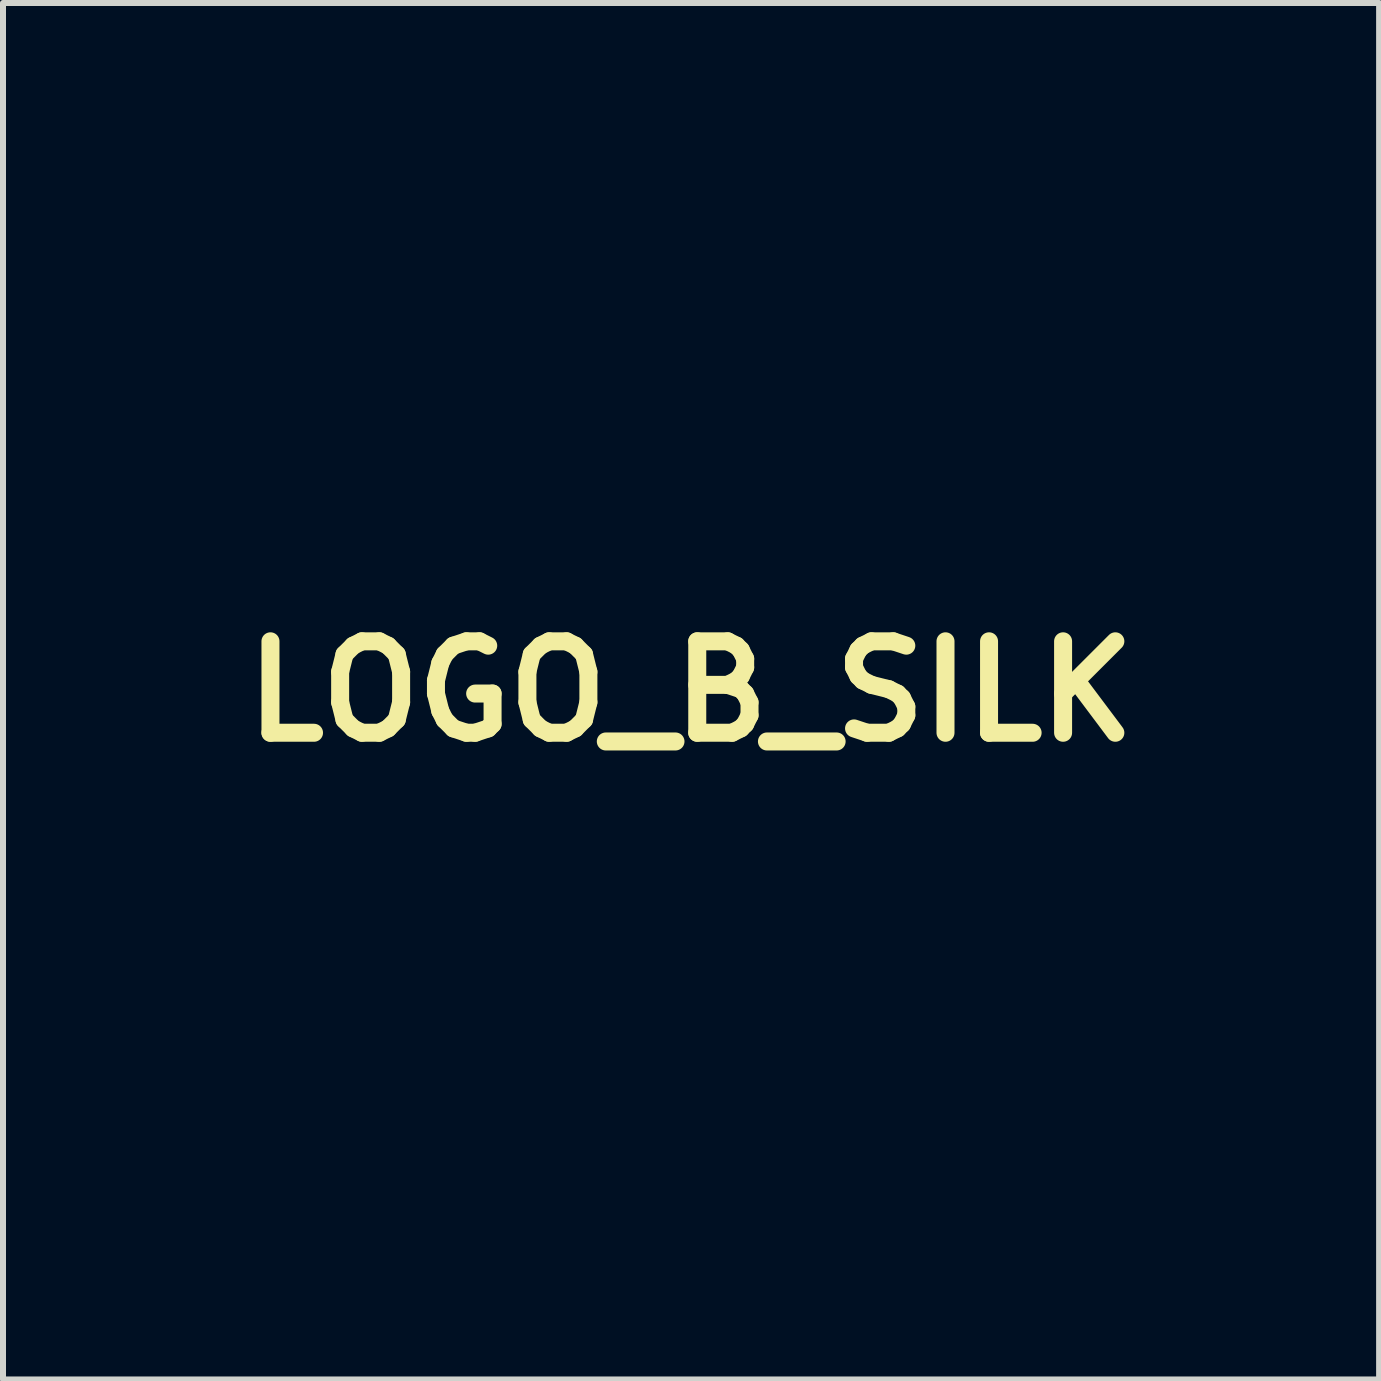
<source format=kicad_pcb>
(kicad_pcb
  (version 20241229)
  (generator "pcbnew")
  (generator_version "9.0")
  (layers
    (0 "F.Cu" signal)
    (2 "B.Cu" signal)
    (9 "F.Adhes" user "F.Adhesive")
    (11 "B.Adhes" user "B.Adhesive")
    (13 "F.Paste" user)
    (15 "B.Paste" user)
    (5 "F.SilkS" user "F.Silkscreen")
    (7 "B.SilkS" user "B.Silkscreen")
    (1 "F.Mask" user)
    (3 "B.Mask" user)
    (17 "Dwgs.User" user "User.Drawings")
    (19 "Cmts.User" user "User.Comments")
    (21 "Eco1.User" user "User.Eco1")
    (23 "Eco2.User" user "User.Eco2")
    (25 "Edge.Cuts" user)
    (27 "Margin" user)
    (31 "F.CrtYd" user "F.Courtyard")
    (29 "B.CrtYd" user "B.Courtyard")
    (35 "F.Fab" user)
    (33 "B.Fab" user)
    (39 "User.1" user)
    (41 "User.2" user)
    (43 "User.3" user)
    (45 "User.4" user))
  (footprint "LOGO_B_SILK"
    (layer "F.Cu")
    (at 8.46 8.471)
    (property "Reference" "LOGO_B_SILK" (at 0 0 0) (layer "F.SilkS") (effects (font (size 1.524 1.524) (thickness 0.3))))
    (attr through_hole)
    (fp_poly (pts (xy -6.646 -4.636) (xy -6.668 -4.614) (xy -6.689 -4.636) (xy -6.668 -4.657) (xy -6.646 -4.636)) (stroke (width 0.01) (type solid)) (fill no) (layer "Eco2.User"))
    (fp_poly (pts (xy -4.614 7.26) (xy -4.636 7.281) (xy -4.657 7.26) (xy -4.636 7.239) (xy -4.614 7.26)) (stroke (width 0.01) (type solid)) (fill no) (layer "Eco2.User"))
    (fp_poly (pts (xy -2.921 -8.107) (xy -2.942 -8.086) (xy -2.963 -8.107) (xy -2.942 -8.128) (xy -2.921 -8.107)) (stroke (width 0.01) (type solid)) (fill no) (layer "Eco2.User"))
    (fp_poly (pts (xy -1.355 -7.641) (xy -1.376 -7.62) (xy -1.397 -7.641) (xy -1.376 -7.662) (xy -1.355 -7.641)) (stroke (width 0.01) (type solid)) (fill no) (layer "Eco2.User"))
    (fp_poly (pts (xy -1.355 7.641) (xy -1.376 7.662) (xy -1.397 7.641) (xy -1.376 7.62) (xy -1.355 7.641)) (stroke (width 0.01) (type solid)) (fill no) (layer "Eco2.User"))
    (fp_poly (pts (xy 3.768 7.768) (xy 3.747 7.789) (xy 3.725 7.768) (xy 3.747 7.747) (xy 3.768 7.768)) (stroke (width 0.01) (type solid)) (fill no) (layer "Eco2.User"))
    (fp_poly (pts (xy 4.318 6.16) (xy 4.297 6.181) (xy 4.276 6.16) (xy 4.297 6.138) (xy 4.318 6.16)) (stroke (width 0.01) (type solid)) (fill no) (layer "Eco2.User"))
    (fp_poly (pts (xy 4.53 -6.498) (xy 4.508 -6.477) (xy 4.487 -6.498) (xy 4.508 -6.519) (xy 4.53 -6.498)) (stroke (width 0.01) (type solid)) (fill no) (layer "Eco2.User"))
    (fp_poly (pts (xy 4.53 6.498) (xy 4.508 6.519) (xy 4.487 6.498) (xy 4.508 6.477) (xy 4.53 6.498)) (stroke (width 0.01) (type solid)) (fill no) (layer "Eco2.User"))
    (fp_poly (pts (xy 4.657 -6.668) (xy 4.636 -6.646) (xy 4.614 -6.668) (xy 4.636 -6.689) (xy 4.657 -6.668)) (stroke (width 0.01) (type solid)) (fill no) (layer "Eco2.User"))
    (fp_poly (pts (xy 6.138 -4.255) (xy 6.117 -4.233) (xy 6.096 -4.255) (xy 6.117 -4.276) (xy 6.138 -4.255)) (stroke (width 0.01) (type solid)) (fill no) (layer "Eco2.User"))
    (fp_poly (pts (xy 6.646 -4.593) (xy 6.625 -4.572) (xy 6.604 -4.593) (xy 6.625 -4.614) (xy 6.646 -4.593)) (stroke (width 0.01) (type solid)) (fill no) (layer "Eco2.User"))
    (fp_poly (pts (xy 6.646 4.593) (xy 6.625 4.614) (xy 6.604 4.593) (xy 6.625 4.572) (xy 6.646 4.593)) (stroke (width 0.01) (type solid)) (fill no) (layer "Eco2.User"))
    (fp_poly (pts (xy 8.453 -1.849) (xy 8.458 -1.798) (xy 8.453 -1.792) (xy 8.427 -1.798) (xy 8.424 -1.82) (xy 8.44 -1.855) (xy 8.453 -1.849)) (stroke (width 0.01) (type solid)) (fill no) (layer "Eco2.User"))
    (fp_poly (pts (xy -6.103 -4.259) (xy -6.057 -4.216) (xy -6.066 -4.191) (xy -6.072 -4.191) (xy -6.108 -4.221) (xy -6.121 -4.24) (xy -6.126 -4.269) (xy -6.103 -4.259)) (stroke (width 0.01) (type solid)) (fill no) (layer "Eco2.User"))
    (fp_poly (pts (xy -5.51 4.631) (xy -5.464 4.674) (xy -5.474 4.699) (xy -5.48 4.699) (xy -5.515 4.669) (xy -5.529 4.65) (xy -5.534 4.621) (xy -5.51 4.631)) (stroke (width 0.01) (type solid)) (fill no) (layer "Eco2.User"))
    (fp_poly (pts (xy 4.65 -5.529) (xy 4.696 -5.486) (xy 4.686 -5.461) (xy 4.68 -5.461) (xy 4.645 -5.491) (xy 4.631 -5.51) (xy 4.626 -5.539) (xy 4.65 -5.529)) (stroke (width 0.01) (type solid)) (fill no) (layer "Eco2.User"))
    (fp_poly (pts (xy -5.474 -4.672) (xy -5.482 -4.657) (xy -5.522 -4.616) (xy -5.529 -4.614) (xy -5.532 -4.642) (xy -5.524 -4.657) (xy -5.485 -4.697) (xy -5.477 -4.699) (xy -5.474 -4.672)) (stroke (width 0.01) (type solid)) (fill no) (layer "Eco2.User"))
    (fp_poly (pts (xy 2.49 -7.689) (xy 2.615 -7.638) (xy 2.782 -7.565) (xy 2.977 -7.479) (xy 3.186 -7.385) (xy 3.393 -7.29) (xy 3.586 -7.2) (xy 3.75 -7.121) (xy 3.87 -7.062) (xy 3.932 -7.027) (xy 3.937 -7.021) (xy 3.915 -6.978) (xy 3.853 -6.876) (xy 3.76 -6.729) (xy 3.643 -6.548) (xy 3.55 -6.406) (xy 3.398 -6.176) (xy 3.242 -5.94) (xy 3.097 -5.719) (xy 2.978 -5.536) (xy 2.94 -5.477) (xy 2.718 -5.134) (xy 3.181 -4.83) (xy 3.731 -4.418) (xy 4.226 -3.945) (xy 4.662 -3.417) (xy 5.034 -2.84) (xy 5.339 -2.22) (xy 5.571 -1.565) (xy 5.677 -1.141) (xy 5.73 -0.808) (xy 5.764 -0.424) (xy 5.777 -0.016) (xy 5.769 0.389) (xy 5.74 0.762) (xy 5.7 1.032) (xy 5.521 1.728) (xy 5.27 2.383) (xy 4.951 2.993) (xy 4.566 3.554) (xy 4.12 4.063) (xy 3.617 4.515) (xy 3.059 4.907) (xy 2.452 5.236) (xy 1.798 5.496) (xy 1.211 5.661) (xy 1.02 5.703) (xy 0.851 5.732) (xy 0.681 5.752) (xy 0.49 5.763) (xy 0.254 5.768) (xy 0 5.769) (xy -0.286 5.768) (xy -0.509 5.762) (xy -0.691 5.751) (xy -0.854 5.731) (xy -1.02 5.701) (xy -1.21 5.658) (xy -1.228 5.654) (xy -1.423 5.608) (xy -1.59 5.57) (xy -1.711 5.543) (xy -1.765 5.532) (xy -1.806 5.563) (xy -1.875 5.651) (xy -1.961 5.778) (xy -2.053 5.925) (xy -2.14 6.075) (xy -2.211 6.209) (xy -2.255 6.308) (xy -2.262 6.354) (xy -2.208 6.38) (xy -2.107 6.392) (xy -2.095 6.392) (xy -1.992 6.402) (xy -1.932 6.426) (xy -1.93 6.429) (xy -1.954 6.465) (xy -2.035 6.545) (xy -2.162 6.656) (xy -2.325 6.792) (xy -2.466 6.905) (xy -2.737 7.119) (xy -2.95 7.285) (xy -3.11 7.409) (xy -3.226 7.497) (xy -3.304 7.553) (xy -3.352 7.583) (xy -3.377 7.592) (xy -3.386 7.586) (xy -3.387 7.578) (xy -3.38 7.524) (xy -3.36 7.4) (xy -3.331 7.219) (xy -3.301 7.04) (xy -3.09 7.04) (xy -3.088 7.076) (xy -3.073 7.09) (xy -3.034 7.075) (xy -2.962 7.025) (xy -2.846 6.933) (xy -2.677 6.796) (xy -2.534 6.673) (xy -2.461 6.59) (xy -2.453 6.541) (xy -2.51 6.521) (xy -2.542 6.519) (xy -2.61 6.504) (xy -2.625 6.484) (xy -2.604 6.442) (xy -2.543 6.334) (xy -2.448 6.169) (xy -2.323 5.955) (xy -2.172 5.698) (xy -1.999 5.407) (xy -1.81 5.089) (xy -1.688 4.886) (xy -1.507 4.583) (xy -1.288 4.218) (xy -1.039 3.801) (xy -0.972 3.69) (xy -0.713 3.69) (xy -0.674 3.697) (xy -0.559 3.703) (xy -0.375 3.709) (xy -0.129 3.714) (xy 0.17 3.718) (xy 0.516 3.722) (xy 0.899 3.724) (xy 1.313 3.725) (xy 1.499 3.725) (xy 3.725 3.725) (xy 3.725 2.54) (xy -0.033 2.54) (xy -0.366 3.097) (xy -0.482 3.293) (xy -0.582 3.463) (xy -0.659 3.594) (xy -0.704 3.674) (xy -0.713 3.69) (xy -0.972 3.69) (xy -0.765 3.343) (xy -0.472 2.853) (xy -0.166 2.343) (xy 0.145 1.822) (xy 0.456 1.302) (xy 0.762 0.792) (xy 0.88 0.593) (xy 1.135 0.593) (xy 2.159 0.593) (xy 2.159 -0.593) (xy 1.996 -0.593) (xy 1.926 -0.59) (xy 1.871 -0.575) (xy 1.82 -0.535) (xy 1.76 -0.458) (xy 1.68 -0.331) (xy 1.578 -0.159) (xy 1.467 0.03) (xy 1.362 0.208) (xy 1.276 0.353) (xy 1.229 0.434) (xy 1.135 0.593) (xy 0.88 0.593) (xy 0.944 0.487) (xy 1.213 0.037) (xy 1.47 -0.394) (xy 1.713 -0.8) (xy 1.937 -1.174) (xy 2.14 -1.512) (xy 2.316 -1.808) (xy 2.465 -2.055) (xy 2.58 -2.248) (xy 2.66 -2.382) (xy 2.701 -2.45) (xy 2.705 -2.455) (xy 2.746 -2.527) (xy 2.739 -2.535) (xy 2.687 -2.495) (xy 2.627 -2.446) (xy 2.512 -2.35) (xy 2.353 -2.215) (xy 2.157 -2.049) (xy 1.935 -1.861) (xy 1.697 -1.658) (xy 1.451 -1.449) (xy 1.207 -1.242) (xy 1.069 -1.124) (xy 0.719 -0.826) (xy 0.967 -0.804) (xy 1.214 -0.783) (xy 0.921 -0.254) (xy 0.8 -0.034) (xy 0.678 0.187) (xy 0.569 0.384) (xy 0.486 0.535) (xy 0.478 0.55) (xy 0.403 0.688) (xy 0.295 0.884) (xy 0.16 1.129) (xy 0.004 1.412) (xy -0.167 1.722) (xy -0.347 2.049) (xy -0.531 2.382) (xy -0.713 2.711) (xy -0.887 3.025) (xy -1.046 3.314) (xy -1.186 3.566) (xy -1.3 3.772) (xy -1.383 3.921) (xy -1.416 3.979) (xy -1.484 4.101) (xy -1.585 4.284) (xy -1.712 4.514) (xy -1.858 4.779) (xy -2.015 5.065) (xy -2.176 5.358) (xy -2.18 5.366) (xy -2.767 6.435) (xy -2.859 6.349) (xy -2.951 6.262) (xy -3.021 6.613) (xy -3.053 6.784) (xy -3.077 6.93) (xy -3.09 7.025) (xy -3.09 7.04) (xy -3.301 7.04) (xy -3.293 6.994) (xy -3.249 6.739) (xy -3.239 6.677) (xy -3.194 6.417) (xy -3.154 6.184) (xy -3.122 5.992) (xy -3.1 5.855) (xy -3.09 5.784) (xy -3.09 5.779) (xy -3.065 5.783) (xy -3.004 5.841) (xy -2.948 5.903) (xy -2.807 6.07) (xy -2.61 5.708) (xy -2.525 5.549) (xy -2.459 5.415) (xy -2.42 5.327) (xy -2.413 5.303) (xy -2.448 5.259) (xy -2.534 5.21) (xy -2.545 5.205) (xy -2.638 5.159) (xy -2.779 5.08) (xy -2.945 4.981) (xy -3.036 4.925) (xy -3.617 4.512) (xy -4.135 4.043) (xy -4.589 3.52) (xy -4.976 2.948) (xy -5.294 2.33) (xy -5.54 1.67) (xy -5.7 1.032) (xy -5.741 0.744) (xy -5.766 0.401) (xy -5.775 0.028) (xy -5.768 -0.347) (xy -5.746 -0.696) (xy -5.707 -0.994) (xy -5.7 -1.032) (xy -5.522 -1.723) (xy -5.273 -2.374) (xy -4.956 -2.981) (xy -4.575 -3.54) (xy -4.415 -3.725) (xy -3.725 -3.725) (xy -3.725 -0.028) (xy -3.725 0.524) (xy -3.724 1.052) (xy -3.723 1.549) (xy -3.721 2.01) (xy -3.718 2.428) (xy -3.715 2.797) (xy -3.712 3.112) (xy -3.709 3.365) (xy -3.705 3.551) (xy -3.701 3.664) (xy -3.697 3.697) (xy -3.649 3.705) (xy -3.527 3.712) (xy -3.345 3.718) (xy -3.112 3.722) (xy -2.842 3.725) (xy -2.599 3.725) (xy -1.53 3.725) (xy -1.258 3.228) (xy -1.152 3.035) (xy -1.058 2.861) (xy -0.984 2.725) (xy -0.939 2.642) (xy -0.936 2.635) (xy -0.886 2.54) (xy -2.404 2.54) (xy -3.022 3.092) (xy -3.212 3.26) (xy -3.378 3.405) (xy -3.511 3.518) (xy -3.601 3.592) (xy -3.64 3.619) (xy -3.641 3.618) (xy -3.622 3.576) (xy -3.568 3.468) (xy -3.484 3.305) (xy -3.376 3.097) (xy -3.248 2.854) (xy -3.161 2.69) (xy -2.912 2.69) (xy -2.882 2.683) (xy -2.814 2.627) (xy -2.805 2.618) (xy -2.743 2.563) (xy -2.629 2.459) (xy -2.469 2.315) (xy -2.275 2.14) (xy -2.054 1.941) (xy -1.817 1.727) (xy -1.778 1.692) (xy -1.545 1.482) (xy -1.333 1.289) (xy -1.15 1.121) (xy -1.005 0.986) (xy -0.904 0.892) (xy -0.857 0.844) (xy -0.854 0.84) (xy -0.886 0.823) (xy -0.983 0.807) (xy -1.124 0.796) (xy -1.141 0.796) (xy -1.442 0.783) (xy -1.298 0.564) (xy -1.016 0.564) (xy -0.976 0.574) (xy -0.867 0.581) (xy -0.703 0.585) (xy -0.499 0.585) (xy -0.413 0.583) (xy 0.189 0.572) (xy 0.495 0.021) (xy 0.602 -0.174) (xy 0.694 -0.343) (xy 0.761 -0.472) (xy 0.798 -0.548) (xy 0.803 -0.561) (xy 0.764 -0.573) (xy 0.656 -0.582) (xy 0.495 -0.589) (xy 0.297 -0.592) (xy 0.265 -0.592) (xy -0.275 -0.591) (xy -0.646 -0.029) (xy -0.772 0.164) (xy -0.879 0.332) (xy -0.96 0.463) (xy -1.008 0.544) (xy -1.016 0.564) (xy -1.298 0.564) (xy -0.788 -0.212) (xy -0.569 -0.545) (xy -0.321 -0.922) (xy -0.06 -1.318) (xy 0.196 -1.707) (xy 0.43 -2.063) (xy 0.522 -2.201) (xy 0.738 -2.53) (xy 0.745 -2.54) (xy 1.006 -2.54) (xy 2.367 -2.54) (xy 3.004 -3.093) (xy 3.197 -3.26) (xy 3.367 -3.404) (xy 3.504 -3.519) (xy 3.598 -3.595) (xy 3.639 -3.624) (xy 3.641 -3.624) (xy 3.62 -3.582) (xy 3.563 -3.481) (xy 3.478 -3.335) (xy 3.374 -3.159) (xy 3.34 -3.103) (xy 3.229 -2.919) (xy 3.133 -2.76) (xy 3.062 -2.642) (xy 3.023 -2.578) (xy 3.02 -2.572) (xy 3.05 -2.558) (xy 3.147 -2.547) (xy 3.292 -2.541) (xy 3.364 -2.54) (xy 3.728 -2.54) (xy 3.704 -3.704) (xy 2.748 -3.716) (xy 1.792 -3.727) (xy 1.475 -3.25) (xy 1.351 -3.063) (xy 1.237 -2.891) (xy 1.145 -2.753) (xy 1.087 -2.665) (xy 1.082 -2.656) (xy 1.006 -2.54) (xy 0.745 -2.54) (xy 0.982 -2.9) (xy 1.236 -3.286) (xy 1.484 -3.663) (xy 1.709 -4.006) (xy 1.802 -4.149) (xy 2.014 -4.472) (xy 2.253 -4.836) (xy 2.502 -5.215) (xy 2.744 -5.583) (xy 2.962 -5.915) (xy 3.029 -6.017) (xy 3.63 -6.932) (xy 3.477 -7.006) (xy 3.373 -7.053) (xy 3.216 -7.123) (xy 3.029 -7.204) (xy 2.89 -7.262) (xy 2.458 -7.444) (xy 2.196 -6.95) (xy 2.08 -6.73) (xy 1.938 -6.465) (xy 1.788 -6.181) (xy 1.643 -5.91) (xy 1.596 -5.821) (xy 1.479 -5.6) (xy 1.332 -5.324) (xy 1.167 -5.013) (xy 0.993 -4.685) (xy 0.82 -4.361) (xy 0.719 -4.17) (xy 0.571 -3.89) (xy 0.43 -3.626) (xy 0.303 -3.388) (xy 0.197 -3.19) (xy 0.119 -3.043) (xy 0.075 -2.963) (xy 0.015 -2.853) (xy -0.072 -2.688) (xy -0.177 -2.492) (xy -0.287 -2.284) (xy -0.297 -2.265) (xy -0.377 -2.112) (xy -0.49 -1.899) (xy -0.631 -1.635) (xy -0.794 -1.328) (xy -0.974 -0.988) (xy -1.168 -0.624) (xy -1.37 -0.244) (xy -1.575 0.142) (xy -1.779 0.524) (xy -1.976 0.895) (xy -2.163 1.245) (xy -2.333 1.564) (xy -2.483 1.845) (xy -2.607 2.077) (xy -2.701 2.252) (xy -2.757 2.357) (xy -2.85 2.533) (xy -2.901 2.642) (xy -2.912 2.69) (xy -3.161 2.69) (xy -3.106 2.585) (xy -3.09 2.556) (xy -2.54 1.52) (xy -2.54 0.593) (xy -2.046 0.593) (xy -1.753 0.035) (xy -1.649 -0.163) (xy -1.56 -0.335) (xy -1.492 -0.467) (xy -1.453 -0.544) (xy -1.446 -0.557) (xy -1.481 -0.57) (xy -1.584 -0.581) (xy -1.743 -0.589) (xy -1.94 -0.593) (xy -1.986 -0.593) (xy -2.54 -0.593) (xy -2.54 -2.54) (xy -0.387 -2.54) (xy -0.087 -3.106) (xy 0.017 -3.305) (xy 0.105 -3.477) (xy 0.171 -3.608) (xy 0.207 -3.685) (xy 0.212 -3.699) (xy 0.171 -3.704) (xy 0.053 -3.709) (xy -0.132 -3.714) (xy -0.377 -3.718) (xy -0.674 -3.721) (xy -1.013 -3.723) (xy -1.388 -3.725) (xy -1.757 -3.725) (xy -3.725 -3.725) (xy -4.415 -3.725) (xy -4.135 -4.047) (xy -3.64 -4.498) (xy -3.093 -4.889) (xy -2.499 -5.216) (xy -1.863 -5.475) (xy -1.188 -5.662) (xy -0.791 -5.734) (xy -0.265 -5.789) (xy 0.239 -5.79) (xy 0.765 -5.738) (xy 0.794 -5.734) (xy 0.98 -5.709) (xy 1.135 -5.696) (xy 1.239 -5.694) (xy 1.273 -5.702) (xy 1.301 -5.747) (xy 1.364 -5.857) (xy 1.454 -6.021) (xy 1.568 -6.23) (xy 1.699 -6.473) (xy 1.836 -6.731) (xy 2.004 -7.042) (xy 2.148 -7.299) (xy 2.265 -7.5) (xy 2.353 -7.637) (xy 2.407 -7.706) (xy 2.421 -7.713) (xy 2.49 -7.689)) (stroke (width 0.01) (type solid)) (fill no) (layer "Eco2.User"))
    (fp_poly (pts (xy 1.838 -8.451) (xy 1.837 -8.417) (xy 1.835 -8.385) (xy 1.877 -8.395) (xy 1.936 -8.399) (xy 1.947 -8.382) (xy 1.978 -8.36) (xy 2.011 -8.367) (xy 2.096 -8.364) (xy 2.135 -8.342) (xy 2.22 -8.304) (xy 2.324 -8.288) (xy 2.407 -8.277) (xy 2.433 -8.254) (xy 2.433 -8.253) (xy 2.449 -8.235) (xy 2.493 -8.242) (xy 2.586 -8.235) (xy 2.677 -8.195) (xy 2.759 -8.156) (xy 2.808 -8.156) (xy 2.834 -8.152) (xy 2.836 -8.133) (xy 2.869 -8.09) (xy 2.889 -8.089) (xy 3.04 -8.082) (xy 3.169 -8.006) (xy 3.172 -8.004) (xy 3.262 -7.952) (xy 3.334 -7.947) (xy 3.378 -7.952) (xy 3.368 -7.921) (xy 3.365 -7.88) (xy 3.393 -7.879) (xy 3.482 -7.876) (xy 3.575 -7.844) (xy 3.634 -7.8) (xy 3.641 -7.782) (xy 3.672 -7.757) (xy 3.706 -7.763) (xy 3.75 -7.766) (xy 3.746 -7.747) (xy 3.759 -7.714) (xy 3.808 -7.705) (xy 3.878 -7.686) (xy 3.895 -7.66) (xy 3.921 -7.635) (xy 3.937 -7.641) (xy 3.976 -7.636) (xy 3.979 -7.62) (xy 4.005 -7.592) (xy 4.022 -7.599) (xy 4.061 -7.594) (xy 4.064 -7.578) (xy 4.088 -7.548) (xy 4.102 -7.554) (xy 4.155 -7.545) (xy 4.191 -7.514) (xy 4.271 -7.46) (xy 4.315 -7.451) (xy 4.397 -7.423) (xy 4.478 -7.366) (xy 4.556 -7.305) (xy 4.61 -7.281) (xy 4.664 -7.249) (xy 4.696 -7.207) (xy 4.73 -7.164) (xy 4.74 -7.173) (xy 4.763 -7.176) (xy 4.808 -7.131) (xy 4.846 -7.09) (xy 4.844 -7.108) (xy 4.836 -7.147) (xy 4.86 -7.138) (xy 4.889 -7.08) (xy 4.883 -7.047) (xy 4.843 -7.005) (xy 4.822 -7.009) (xy 4.789 -6.997) (xy 4.784 -6.966) (xy 4.762 -6.908) (xy 4.741 -6.9) (xy 4.704 -6.876) (xy 4.704 -6.869) (xy 4.704 -6.782) (xy 4.676 -6.746) (xy 4.66 -6.75) (xy 4.618 -6.736) (xy 4.593 -6.688) (xy 4.545 -6.597) (xy 4.468 -6.496) (xy 4.464 -6.492) (xy 4.398 -6.412) (xy 4.367 -6.36) (xy 4.367 -6.356) (xy 4.363 -6.268) (xy 4.327 -6.242) (xy 4.311 -6.249) (xy 4.279 -6.251) (xy 4.288 -6.209) (xy 4.29 -6.155) (xy 4.266 -6.149) (xy 4.221 -6.12) (xy 4.175 -6.036) (xy 4.166 -6.011) (xy 4.137 -5.913) (xy 4.145 -5.867) (xy 4.194 -5.85) (xy 4.26 -5.815) (xy 4.364 -5.735) (xy 4.486 -5.626) (xy 4.506 -5.606) (xy 4.622 -5.497) (xy 4.718 -5.416) (xy 4.777 -5.378) (xy 4.783 -5.376) (xy 4.816 -5.345) (xy 4.815 -5.325) (xy 4.833 -5.277) (xy 4.849 -5.272) (xy 4.9 -5.242) (xy 4.988 -5.166) (xy 5.098 -5.06) (xy 5.21 -4.944) (xy 5.308 -4.834) (xy 5.375 -4.749) (xy 5.392 -4.719) (xy 5.434 -4.674) (xy 5.461 -4.678) (xy 5.508 -4.667) (xy 5.533 -4.628) (xy 5.59 -4.539) (xy 5.641 -4.487) (xy 5.707 -4.412) (xy 5.729 -4.36) (xy 5.757 -4.299) (xy 5.813 -4.222) (xy 5.879 -4.149) (xy 5.937 -4.1) (xy 5.968 -4.094) (xy 5.969 -4.101) (xy 6.004 -4.151) (xy 6.075 -4.191) (xy 6.153 -4.235) (xy 6.181 -4.273) (xy 6.196 -4.297) (xy 6.223 -4.297) (xy 6.244 -4.276) (xy 6.265 -4.297) (xy 6.244 -4.318) (xy 6.223 -4.297) (xy 6.196 -4.297) (xy 6.214 -4.323) (xy 6.27 -4.363) (xy 6.333 -4.39) (xy 6.338 -4.369) (xy 6.331 -4.354) (xy 6.33 -4.338) (xy 6.368 -4.379) (xy 6.417 -4.427) (xy 6.436 -4.421) (xy 6.454 -4.419) (xy 6.48 -4.456) (xy 6.543 -4.517) (xy 6.583 -4.53) (xy 6.648 -4.563) (xy 6.69 -4.618) (xy 6.708 -4.636) (xy 6.731 -4.636) (xy 6.752 -4.614) (xy 6.773 -4.636) (xy 6.752 -4.657) (xy 6.731 -4.636) (xy 6.708 -4.636) (xy 6.752 -4.68) (xy 6.8 -4.682) (xy 6.842 -4.679) (xy 6.839 -4.696) (xy 6.858 -4.732) (xy 6.937 -4.774) (xy 6.964 -4.784) (xy 7.058 -4.827) (xy 7.087 -4.871) (xy 7.085 -4.878) (xy 7.083 -4.904) (xy 7.106 -4.893) (xy 7.137 -4.842) (xy 7.131 -4.823) (xy 7.136 -4.786) (xy 7.149 -4.784) (xy 7.193 -4.748) (xy 7.221 -4.688) (xy 7.273 -4.591) (xy 7.353 -4.498) (xy 7.416 -4.423) (xy 7.433 -4.367) (xy 7.432 -4.364) (xy 7.439 -4.317) (xy 7.451 -4.311) (xy 7.491 -4.263) (xy 7.514 -4.191) (xy 7.545 -4.106) (xy 7.578 -4.071) (xy 7.602 -4.031) (xy 7.597 -4.018) (xy 7.604 -3.982) (xy 7.62 -3.979) (xy 7.648 -3.954) (xy 7.641 -3.937) (xy 7.645 -3.898) (xy 7.66 -3.895) (xy 7.7 -3.86) (xy 7.705 -3.831) (xy 7.731 -3.775) (xy 7.754 -3.768) (xy 7.783 -3.751) (xy 7.776 -3.74) (xy 7.774 -3.689) (xy 7.795 -3.655) (xy 7.821 -3.608) (xy 7.813 -3.598) (xy 7.814 -3.574) (xy 7.85 -3.531) (xy 7.893 -3.462) (xy 7.89 -3.421) (xy 7.889 -3.362) (xy 7.9 -3.35) (xy 7.962 -3.279) (xy 8.008 -3.183) (xy 8.023 -3.101) (xy 8.017 -3.082) (xy 8.014 -3.055) (xy 8.04 -3.067) (xy 8.078 -3.069) (xy 8.079 -3.017) (xy 8.093 -2.917) (xy 8.123 -2.864) (xy 8.156 -2.809) (xy 8.149 -2.794) (xy 8.148 -2.764) (xy 8.186 -2.691) (xy 8.19 -2.684) (xy 8.236 -2.583) (xy 8.243 -2.5) (xy 8.248 -2.415) (xy 8.286 -2.301) (xy 8.296 -2.278) (xy 8.34 -2.157) (xy 8.355 -2.052) (xy 8.354 -2.039) (xy 8.357 -1.967) (xy 8.376 -1.947) (xy 8.397 -1.912) (xy 8.392 -1.841) (xy 8.39 -1.763) (xy 8.409 -1.736) (xy 8.437 -1.7) (xy 8.445 -1.635) (xy 8.438 -1.576) (xy 8.402 -1.542) (xy 8.319 -1.526) (xy 8.171 -1.52) (xy 8.16 -1.52) (xy 8.097 -1.495) (xy 8.085 -1.468) (xy 8.068 -1.452) (xy 8.043 -1.482) (xy 8.01 -1.518) (xy 8.002 -1.489) (xy 7.971 -1.453) (xy 7.911 -1.462) (xy 7.849 -1.472) (xy 7.853 -1.439) (xy 7.854 -1.438) (xy 7.855 -1.404) (xy 7.789 -1.4) (xy 7.755 -1.405) (xy 7.671 -1.41) (xy 7.642 -1.396) (xy 7.643 -1.394) (xy 7.62 -1.373) (xy 7.538 -1.362) (xy 7.525 -1.362) (xy 7.399 -1.354) (xy 7.283 -1.336) (xy 7.211 -1.313) (xy 7.207 -1.31) (xy 7.162 -1.298) (xy 7.144 -1.296) (xy 7.114 -1.282) (xy 7.1 -1.238) (xy 7.102 -1.149) (xy 7.121 -0.999) (xy 7.134 -0.91) (xy 7.146 -0.773) (xy 7.156 -0.572) (xy 7.161 -0.327) (xy 7.164 -0.057) (xy 7.163 0.217) (xy 7.158 0.475) (xy 7.151 0.697) (xy 7.139 0.863) (xy 7.134 0.91) (xy 7.109 1.092) (xy 7.099 1.205) (xy 7.106 1.267) (xy 7.128 1.292) (xy 7.144 1.296) (xy 7.209 1.309) (xy 7.218 1.312) (xy 7.273 1.324) (xy 7.313 1.329) (xy 7.406 1.351) (xy 7.436 1.366) (xy 7.514 1.379) (xy 7.56 1.369) (xy 7.611 1.361) (xy 7.605 1.387) (xy 7.613 1.415) (xy 7.693 1.415) (xy 7.731 1.409) (xy 7.833 1.401) (xy 7.864 1.419) (xy 7.861 1.426) (xy 7.875 1.455) (xy 7.927 1.46) (xy 8.037 1.475) (xy 8.117 1.504) (xy 8.234 1.538) (xy 8.333 1.541) (xy 8.424 1.555) (xy 8.45 1.619) (xy 8.409 1.726) (xy 8.405 1.732) (xy 8.391 1.771) (xy 8.418 1.761) (xy 8.459 1.765) (xy 8.467 1.799) (xy 8.445 1.844) (xy 8.417 1.837) (xy 8.385 1.835) (xy 8.395 1.877) (xy 8.399 1.936) (xy 8.382 1.947) (xy 8.358 1.978) (xy 8.363 2.002) (xy 8.361 2.073) (xy 8.329 2.184) (xy 8.313 2.225) (xy 8.269 2.36) (xy 8.249 2.485) (xy 8.249 2.509) (xy 8.235 2.607) (xy 8.196 2.65) (xy 8.15 2.705) (xy 8.147 2.743) (xy 8.128 2.832) (xy 8.104 2.866) (xy 8.069 2.949) (xy 8.072 2.999) (xy 8.06 3.089) (xy 8.023 3.147) (xy 7.964 3.238) (xy 7.947 3.299) (xy 7.926 3.354) (xy 7.9 3.356) (xy 7.878 3.364) (xy 7.887 3.403) (xy 7.894 3.452) (xy 7.874 3.45) (xy 7.84 3.463) (xy 7.823 3.533) (xy 7.827 3.609) (xy 7.799 3.639) (xy 7.785 3.641) (xy 7.757 3.672) (xy 7.763 3.706) (xy 7.766 3.75) (xy 7.747 3.746) (xy 7.714 3.759) (xy 7.705 3.808) (xy 7.686 3.878) (xy 7.66 3.895) (xy 7.635 3.921) (xy 7.641 3.937) (xy 7.635 3.976) (xy 7.615 3.979) (xy 7.584 3.995) (xy 7.59 4.006) (xy 7.586 4.052) (xy 7.554 4.094) (xy 7.513 4.158) (xy 7.514 4.19) (xy 7.5 4.232) (xy 7.469 4.25) (xy 7.425 4.292) (xy 7.429 4.318) (xy 7.425 4.357) (xy 7.408 4.36) (xy 7.38 4.386) (xy 7.386 4.402) (xy 7.377 4.456) (xy 7.325 4.517) (xy 7.26 4.6) (xy 7.239 4.667) (xy 7.208 4.745) (xy 7.176 4.768) (xy 7.132 4.807) (xy 7.134 4.828) (xy 7.124 4.876) (xy 7.102 4.893) (xy 7.071 4.903) (xy 7.079 4.89) (xy 7.062 4.856) (xy 6.985 4.802) (xy 6.899 4.758) (xy 6.827 4.72) (xy 7.154 4.72) (xy 7.176 4.741) (xy 7.197 4.72) (xy 7.176 4.699) (xy 7.154 4.72) (xy 6.827 4.72) (xy 6.783 4.697) (xy 6.706 4.642) (xy 6.702 4.636) (xy 6.731 4.636) (xy 6.752 4.657) (xy 6.773 4.636) (xy 6.752 4.614) (xy 6.731 4.636) (xy 6.702 4.636) (xy 6.689 4.615) (xy 6.654 4.568) (xy 6.583 4.53) (xy 6.504 4.485) (xy 6.477 4.444) (xy 6.451 4.417) (xy 6.435 4.424) (xy 6.396 4.419) (xy 6.392 4.403) (xy 6.367 4.375) (xy 6.352 4.381) (xy 6.296 4.372) (xy 6.225 4.32) (xy 6.199 4.297) (xy 6.223 4.297) (xy 6.244 4.318) (xy 6.265 4.297) (xy 6.244 4.276) (xy 6.223 4.297) (xy 6.199 4.297) (xy 6.164 4.265) (xy 6.138 4.256) (xy 6.138 4.256) (xy 6.112 4.248) (xy 6.048 4.195) (xy 6.046 4.193) (xy 5.952 4.126) (xy 5.878 4.109) (xy 5.843 4.145) (xy 5.842 4.155) (xy 5.812 4.217) (xy 5.768 4.264) (xy 5.733 4.298) (xy 5.755 4.292) (xy 5.773 4.3) (xy 5.743 4.362) (xy 5.718 4.398) (xy 5.641 4.493) (xy 5.574 4.553) (xy 5.562 4.559) (xy 5.52 4.594) (xy 5.521 4.609) (xy 5.503 4.65) (xy 5.436 4.724) (xy 5.392 4.763) (xy 5.318 4.828) (xy 5.253 4.887) (xy 5.182 4.956) (xy 5.092 5.048) (xy 4.969 5.177) (xy 4.839 5.313) (xy 4.735 5.42) (xy 4.663 5.489) (xy 4.633 5.511) (xy 4.636 5.503) (xy 4.632 5.494) (xy 4.582 5.537) (xy 4.527 5.591) (xy 4.41 5.7) (xy 4.288 5.795) (xy 4.249 5.819) (xy 4.155 5.894) (xy 4.137 5.969) (xy 4.138 5.975) (xy 4.17 6.04) (xy 4.193 6.054) (xy 4.225 6.09) (xy 4.242 6.149) (xy 4.272 6.219) (xy 4.308 6.234) (xy 4.357 6.257) (xy 4.368 6.342) (xy 4.365 6.361) (xy 4.392 6.391) (xy 4.403 6.392) (xy 4.441 6.426) (xy 4.445 6.454) (xy 4.478 6.525) (xy 4.512 6.553) (xy 4.573 6.604) (xy 4.586 6.629) (xy 4.617 6.659) (xy 4.623 6.657) (xy 4.637 6.68) (xy 4.627 6.717) (xy 4.621 6.765) (xy 4.649 6.757) (xy 4.693 6.76) (xy 4.708 6.829) (xy 4.704 6.869) (xy 4.731 6.899) (xy 4.741 6.9) (xy 4.778 6.935) (xy 4.784 6.966) (xy 4.802 7.012) (xy 4.822 7.009) (xy 4.867 7.02) (xy 4.883 7.047) (xy 4.879 7.118) (xy 4.86 7.138) (xy 4.833 7.141) (xy 4.848 7.108) (xy 4.845 7.096) (xy 4.798 7.138) (xy 4.771 7.165) (xy 4.687 7.241) (xy 4.619 7.28) (xy 4.61 7.281) (xy 4.545 7.312) (xy 4.513 7.345) (xy 4.437 7.403) (xy 4.36 7.43) (xy 4.275 7.46) (xy 4.241 7.493) (xy 4.192 7.528) (xy 4.143 7.535) (xy 4.085 7.553) (xy 4.09 7.585) (xy 4.092 7.617) (xy 4.05 7.607) (xy 3.991 7.604) (xy 3.979 7.624) (xy 3.953 7.648) (xy 3.937 7.641) (xy 3.898 7.645) (xy 3.895 7.66) (xy 3.86 7.698) (xy 3.818 7.705) (xy 3.723 7.733) (xy 3.689 7.758) (xy 3.623 7.806) (xy 3.596 7.816) (xy 3.516 7.826) (xy 3.511 7.826) (xy 3.488 7.858) (xy 3.497 7.881) (xy 3.499 7.913) (xy 3.457 7.904) (xy 3.398 7.902) (xy 3.387 7.925) (xy 3.369 7.952) (xy 3.359 7.945) (xy 3.309 7.948) (xy 3.219 7.988) (xy 3.185 8.008) (xy 3.059 8.067) (xy 2.935 8.094) (xy 2.917 8.095) (xy 2.821 8.105) (xy 2.771 8.131) (xy 2.713 8.164) (xy 2.665 8.17) (xy 2.597 8.186) (xy 2.582 8.208) (xy 2.547 8.247) (xy 2.498 8.267) (xy 2.439 8.272) (xy 2.434 8.255) (xy 2.419 8.236) (xy 2.371 8.243) (xy 2.302 8.277) (xy 2.286 8.305) (xy 2.26 8.326) (xy 2.247 8.32) (xy 2.192 8.325) (xy 2.183 8.335) (xy 2.127 8.361) (xy 2.054 8.363) (xy 1.984 8.366) (xy 1.972 8.387) (xy 1.951 8.406) (xy 1.872 8.404) (xy 1.854 8.402) (xy 1.769 8.392) (xy 1.76 8.401) (xy 1.799 8.424) (xy 1.841 8.451) (xy 1.814 8.456) (xy 1.739 8.446) (xy 1.633 8.428) (xy 1.583 8.401) (xy 1.56 8.338) (xy 1.545 8.255) (xy 1.518 8.144) (xy 1.488 8.07) (xy 1.485 8.066) (xy 1.461 7.992) (xy 1.459 7.927) (xy 1.451 7.853) (xy 1.427 7.832) (xy 1.406 7.796) (xy 1.411 7.708) (xy 1.412 7.703) (xy 1.42 7.616) (xy 1.398 7.598) (xy 1.397 7.599) (xy 1.374 7.591) (xy 1.381 7.558) (xy 1.381 7.471) (xy 1.365 7.44) (xy 1.334 7.354) (xy 1.335 7.313) (xy 1.327 7.239) (xy 1.31 7.217) (xy 1.291 7.164) (xy 1.298 7.132) (xy 1.309 7.101) (xy 1.304 7.082) (xy 1.27 7.075) (xy 1.193 7.081) (xy 1.059 7.098) (xy 0.868 7.124) (xy 0.65 7.147) (xy 0.384 7.161) (xy 0.091 7.169) (xy -0.208 7.168) (xy -0.491 7.161) (xy -0.739 7.146) (xy -0.928 7.124) (xy -0.967 7.117) (xy -1.127 7.095) (xy -1.243 7.101) (xy -1.3 7.134) (xy -1.303 7.154) (xy -1.308 7.205) (xy -1.326 7.307) (xy -1.334 7.345) (xy -1.361 7.471) (xy -1.378 7.547) (xy -1.395 7.604) (xy -1.396 7.609) (xy -1.401 7.672) (xy -1.398 7.758) (xy -1.408 7.842) (xy -1.439 7.874) (xy -1.466 7.9) (xy -1.459 7.918) (xy -1.458 7.986) (xy -1.473 8.013) (xy -1.506 8.094) (xy -1.515 8.17) (xy -1.532 8.325) (xy -1.594 8.415) (xy -1.713 8.454) (xy -1.799 8.459) (xy -1.884 8.461) (xy -1.799 8.421) (xy -1.751 8.394) (xy -1.776 8.39) (xy -1.831 8.397) (xy -1.915 8.398) (xy -1.947 8.381) (xy -1.983 8.356) (xy -2.043 8.348) (xy -2.192 8.332) (xy -2.337 8.275) (xy -2.365 8.259) (xy -2.429 8.232) (xy -2.441 8.245) (xy -2.455 8.268) (xy -2.524 8.264) (xy -2.613 8.23) (xy -2.653 8.189) (xy -2.659 8.184) (xy -2.611 8.184) (xy -2.605 8.21) (xy -2.582 8.213) (xy -2.547 8.197) (xy -2.554 8.184) (xy -2.604 8.179) (xy -2.611 8.184) (xy -2.659 8.184) (xy -2.705 8.151) (xy -2.755 8.15) (xy -2.821 8.148) (xy -2.836 8.13) (xy -2.87 8.086) (xy -2.902 8.07) (xy -2.946 8.066) (xy -2.944 8.082) (xy -2.958 8.104) (xy -3.005 8.098) (xy -3.063 8.066) (xy -3.066 8.039) (xy -3.076 8.018) (xy -3.103 8.025) (xy -3.175 8.015) (xy -3.214 7.984) (xy -3.288 7.943) (xy -3.333 7.947) (xy -3.378 7.951) (xy -3.373 7.928) (xy -3.38 7.877) (xy -3.41 7.858) (xy -3.454 7.855) (xy -3.45 7.874) (xy -3.458 7.898) (xy -3.49 7.89) (xy -3.548 7.847) (xy -3.556 7.825) (xy -3.582 7.804) (xy -3.598 7.811) (xy -3.637 7.805) (xy -3.641 7.787) (xy -3.672 7.757) (xy -3.706 7.763) (xy -3.75 7.766) (xy -3.746 7.747) (xy -3.759 7.714) (xy -3.808 7.705) (xy -3.878 7.687) (xy -3.895 7.662) (xy -3.919 7.625) (xy -3.926 7.625) (xy -4.021 7.627) (xy -4.081 7.605) (xy -4.085 7.578) (xy -4.094 7.541) (xy -4.12 7.535) (xy -4.197 7.505) (xy -4.231 7.474) (xy -4.299 7.433) (xy -4.336 7.434) (xy -4.397 7.419) (xy -4.44 7.387) (xy -4.403 7.387) (xy -4.381 7.408) (xy -4.36 7.387) (xy -4.381 7.366) (xy -4.403 7.387) (xy -4.44 7.387) (xy -4.483 7.356) (xy -4.513 7.326) (xy -4.607 7.244) (xy -4.691 7.2) (xy -4.709 7.197) (xy -4.772 7.176) (xy -4.784 7.152) (xy -4.809 7.126) (xy -4.823 7.131) (xy -4.877 7.125) (xy -4.893 7.106) (xy -4.899 7.076) (xy -4.875 7.087) (xy -4.833 7.083) (xy -4.826 7.051) (xy -4.803 6.993) (xy -4.781 6.985) (xy -4.756 6.959) (xy -4.763 6.942) (xy -4.754 6.894) (xy -4.726 6.875) (xy -4.681 6.826) (xy -4.684 6.794) (xy -4.673 6.752) (xy -4.657 6.752) (xy -4.636 6.773) (xy -4.614 6.752) (xy -4.636 6.731) (xy -4.657 6.752) (xy -4.673 6.752) (xy -4.668 6.733) (xy -4.618 6.69) (xy -4.549 6.631) (xy -4.53 6.583) (xy -4.497 6.515) (xy -4.456 6.48) (xy -4.413 6.446) (xy -4.421 6.436) (xy -4.424 6.413) (xy -4.379 6.368) (xy -4.337 6.329) (xy -4.354 6.331) (xy -4.389 6.339) (xy -4.375 6.294) (xy -4.363 6.27) (xy -4.343 6.244) (xy -4.318 6.244) (xy -4.297 6.265) (xy -4.276 6.244) (xy -4.297 6.223) (xy -4.318 6.244) (xy -4.343 6.244) (xy -4.31 6.201) (xy -4.273 6.181) (xy -4.229 6.146) (xy -4.191 6.075) (xy -4.145 5.996) (xy -4.102 5.969) (xy -4.091 5.947) (xy -4.13 5.894) (xy -4.197 5.828) (xy -4.274 5.768) (xy -4.341 5.732) (xy -4.352 5.73) (xy -4.422 5.693) (xy -4.512 5.613) (xy -4.524 5.6) (xy -4.481 5.6) (xy -4.47 5.624) (xy -4.428 5.669) (xy -4.403 5.66) (xy -4.403 5.654) (xy -4.433 5.618) (xy -4.452 5.605) (xy -4.481 5.6) (xy -4.524 5.6) (xy -4.543 5.58) (xy -4.607 5.51) (xy -4.634 5.49) (xy -4.63 5.503) (xy -4.645 5.498) (xy -4.709 5.44) (xy -4.812 5.339) (xy -4.946 5.203) (xy -5.004 5.143) (xy -5.258 4.879) (xy -5.457 4.67) (xy -5.606 4.511) (xy -5.646 4.466) (xy -5.63 4.466) (xy -5.609 4.487) (xy -5.588 4.466) (xy -5.609 4.445) (xy -5.63 4.466) (xy -5.646 4.466) (xy -5.708 4.398) (xy -5.768 4.325) (xy -5.79 4.288) (xy -5.779 4.281) (xy -5.757 4.291) (xy -5.735 4.296) (xy -5.768 4.264) (xy -5.827 4.196) (xy -5.842 4.155) (xy -5.868 4.111) (xy -5.948 4.122) (xy -6.057 4.172) (xy -6.135 4.226) (xy -6.161 4.272) (xy -6.159 4.277) (xy -6.168 4.298) (xy -6.207 4.289) (xy -6.256 4.282) (xy -6.249 4.311) (xy -6.252 4.355) (xy -6.323 4.37) (xy -6.356 4.367) (xy -6.402 4.391) (xy -6.48 4.453) (xy -6.495 4.467) (xy -6.577 4.538) (xy -6.633 4.579) (xy -6.637 4.581) (xy -6.658 4.622) (xy -6.657 4.623) (xy -6.68 4.637) (xy -6.717 4.627) (xy -6.765 4.621) (xy -6.757 4.649) (xy -6.76 4.693) (xy -6.829 4.708) (xy -6.869 4.704) (xy -6.899 4.731) (xy -6.9 4.741) (xy -6.933 4.781) (xy -6.949 4.784) (xy -7.011 4.814) (xy -7.048 4.854) (xy -7.095 4.898) (xy -7.133 4.869) (xy -7.133 4.868) (xy -7.144 4.832) (xy -7.108 4.844) (xy -7.094 4.844) (xy -7.139 4.802) (xy -7.15 4.793) (xy -7.213 4.723) (xy -7.214 4.72) (xy -7.197 4.72) (xy -7.176 4.741) (xy -7.154 4.72) (xy -7.176 4.699) (xy -7.197 4.72) (xy -7.214 4.72) (xy -7.225 4.669) (xy -7.225 4.668) (xy -7.234 4.613) (xy -7.291 4.532) (xy -7.309 4.514) (xy -7.373 4.443) (xy -7.395 4.405) (xy -7.391 4.403) (xy -7.396 4.377) (xy -7.446 4.313) (xy -7.449 4.31) (xy -7.512 4.218) (xy -7.535 4.141) (xy -7.556 4.076) (xy -7.58 4.064) (xy -7.605 4.038) (xy -7.599 4.022) (xy -7.604 3.983) (xy -7.62 3.979) (xy -7.648 3.954) (xy -7.641 3.937) (xy -7.645 3.898) (xy -7.66 3.895) (xy -7.7 3.86) (xy -7.705 3.831) (xy -7.728 3.775) (xy -7.747 3.768) (xy -7.784 3.744) (xy -7.784 3.736) (xy -7.79 3.672) (xy -7.826 3.49) (xy -7.851 3.446) (xy -7.874 3.45) (xy -7.897 3.443) (xy -7.887 3.403) (xy -7.881 3.354) (xy -7.9 3.356) (xy -7.933 3.339) (xy -7.95 3.272) (xy -7.983 3.169) (xy -8.029 3.112) (xy -8.057 3.069) (xy -8.043 3.069) (xy -8.022 3.09) (xy -8.001 3.069) (xy -8.022 3.048) (xy -8.043 3.069) (xy -8.057 3.069) (xy -8.077 3.038) (xy -8.073 2.992) (xy -8.077 2.907) (xy -8.102 2.868) (xy -8.144 2.783) (xy -8.146 2.74) (xy -8.165 2.651) (xy -8.199 2.602) (xy -8.242 2.526) (xy -8.241 2.48) (xy -8.247 2.405) (xy -8.282 2.333) (xy -8.319 2.267) (xy -8.316 2.244) (xy -8.312 2.218) (xy -8.329 2.191) (xy -8.356 2.109) (xy -8.355 2.04) (xy -8.357 1.974) (xy -8.381 1.968) (xy -8.406 1.952) (xy -8.403 1.866) (xy -8.402 1.854) (xy -8.392 1.771) (xy -8.402 1.765) (xy -8.42 1.799) (xy -8.445 1.837) (xy -8.455 1.806) (xy -8.453 1.713) (xy -8.444 1.605) (xy -8.417 1.559) (xy -8.355 1.556) (xy -8.329 1.559) (xy -8.239 1.556) (xy -8.213 1.524) (xy -8.182 1.492) (xy -8.151 1.496) (xy -8.084 1.498) (xy -8.066 1.484) (xy -8.011 1.46) (xy -7.937 1.458) (xy -7.858 1.453) (xy -7.832 1.428) (xy -7.796 1.406) (xy -7.705 1.412) (xy -7.703 1.412) (xy -7.615 1.421) (xy -7.599 1.398) (xy -7.604 1.389) (xy -7.605 1.358) (xy -7.56 1.369) (xy -7.472 1.378) (xy -7.436 1.366) (xy -7.352 1.335) (xy -7.313 1.329) (xy -7.238 1.318) (xy -7.218 1.312) (xy -7.161 1.298) (xy -7.144 1.296) (xy -7.115 1.284) (xy -7.101 1.248) (xy -7.101 1.171) (xy -7.115 1.038) (xy -7.135 0.889) (xy -7.147 0.747) (xy -7.156 0.544) (xy -7.162 0.299) (xy -7.164 0.031) (xy -7.163 -0.239) (xy -7.159 -0.493) (xy -7.151 -0.712) (xy -7.14 -0.875) (xy -7.133 -0.931) (xy -7.107 -1.108) (xy -7.099 -1.218) (xy -7.11 -1.275) (xy -7.14 -1.295) (xy -7.144 -1.296) (xy -7.209 -1.309) (xy -7.218 -1.312) (xy -7.273 -1.326) (xy -7.313 -1.332) (xy -7.419 -1.357) (xy -7.459 -1.373) (xy -7.546 -1.385) (xy -7.582 -1.373) (xy -7.613 -1.366) (xy -7.604 -1.388) (xy -7.614 -1.416) (xy -7.697 -1.414) (xy -7.731 -1.409) (xy -7.832 -1.399) (xy -7.863 -1.417) (xy -7.856 -1.434) (xy -7.857 -1.468) (xy -7.93 -1.465) (xy -7.931 -1.465) (xy -8.019 -1.46) (xy -8.061 -1.471) (xy -8.12 -1.495) (xy -8.227 -1.517) (xy -8.346 -1.53) (xy -8.382 -1.531) (xy -8.428 -1.562) (xy -8.45 -1.662) (xy -8.453 -1.708) (xy -8.454 -1.81) (xy -8.443 -1.835) (xy -8.421 -1.799) (xy -8.394 -1.751) (xy -8.392 -1.762) (xy -8.2 -1.762) (xy -8.196 -1.748) (xy -8.149 -1.732) (xy -8.033 -1.703) (xy -7.864 -1.666) (xy -7.658 -1.623) (xy -7.547 -1.601) (xy -7.325 -1.557) (xy -7.132 -1.517) (xy -6.982 -1.486) (xy -6.892 -1.466) (xy -6.875 -1.462) (xy -6.854 -1.423) (xy -6.859 -1.322) (xy -6.886 -1.179) (xy -6.925 -0.93) (xy -6.954 -0.622) (xy -6.97 -0.277) (xy -6.974 0.08) (xy -6.965 0.427) (xy -6.943 0.738) (xy -6.93 0.847) (xy -6.903 1.045) (xy -6.879 1.215) (xy -6.861 1.339) (xy -6.851 1.393) (xy -6.866 1.421) (xy -6.929 1.452) (xy -7.05 1.488) (xy -7.236 1.532) (xy -7.497 1.587) (xy -7.505 1.588) (xy -7.732 1.635) (xy -7.929 1.678) (xy -8.081 1.714) (xy -8.174 1.739) (xy -8.196 1.747) (xy -8.197 1.799) (xy -8.175 1.914) (xy -8.135 2.078) (xy -8.08 2.275) (xy -8.017 2.488) (xy -7.948 2.702) (xy -7.878 2.901) (xy -7.851 2.972) (xy -7.746 3.229) (xy -7.618 3.51) (xy -7.479 3.798) (xy -7.337 4.072) (xy -7.202 4.314) (xy -7.085 4.505) (xy -7.041 4.568) (xy -7.003 4.552) (xy -6.908 4.497) (xy -6.77 4.411) (xy -6.601 4.301) (xy -6.551 4.269) (xy -6.365 4.145) (xy -6.194 4.031) (xy -6.057 3.941) (xy -5.97 3.884) (xy -5.962 3.878) (xy -5.849 3.805) (xy -5.713 4.004) (xy -5.406 4.407) (xy -5.04 4.815) (xy -4.638 5.206) (xy -4.222 5.557) (xy -4.011 5.714) (xy -3.903 5.793) (xy -3.83 5.851) (xy -3.81 5.871) (xy -3.832 5.91) (xy -3.894 6.007) (xy -3.987 6.149) (xy -4.105 6.326) (xy -4.194 6.461) (xy -4.322 6.653) (xy -4.43 6.82) (xy -4.511 6.948) (xy -4.557 7.026) (xy -4.565 7.045) (xy -4.292 7.22) (xy -3.957 7.405) (xy -3.578 7.589) (xy -3.177 7.765) (xy -2.771 7.923) (xy -2.382 8.055) (xy -2.208 8.106) (xy -2.01 8.16) (xy -1.878 8.192) (xy -1.797 8.205) (xy -1.754 8.199) (xy -1.733 8.177) (xy -1.725 8.16) (xy -1.711 8.101) (xy -1.684 7.976) (xy -1.648 7.799) (xy -1.605 7.587) (xy -1.584 7.478) (xy -1.463 6.849) (xy -1.292 6.874) (xy -0.795 6.933) (xy -0.297 6.967) (xy 0.182 6.975) (xy 0.625 6.958) (xy 1.014 6.915) (xy 1.179 6.886) (xy 1.341 6.857) (xy 1.433 6.855) (xy 1.464 6.875) (xy 1.478 6.931) (xy 1.505 7.054) (xy 1.542 7.229) (xy 1.586 7.44) (xy 1.609 7.553) (xy 1.654 7.773) (xy 1.694 7.962) (xy 1.727 8.105) (xy 1.748 8.188) (xy 1.753 8.202) (xy 1.802 8.201) (xy 1.916 8.177) (xy 2.077 8.136) (xy 2.27 8.081) (xy 2.48 8.017) (xy 2.689 7.95) (xy 2.882 7.883) (xy 2.963 7.853) (xy 3.225 7.746) (xy 3.511 7.617) (xy 3.802 7.477) (xy 4.057 7.345) (xy 4.445 7.345) (xy 4.466 7.366) (xy 4.487 7.345) (xy 4.466 7.324) (xy 4.445 7.345) (xy 4.057 7.345) (xy 4.079 7.334) (xy 4.322 7.198) (xy 4.359 7.176) (xy 4.699 7.176) (xy 4.72 7.197) (xy 4.741 7.176) (xy 4.72 7.154) (xy 4.699 7.176) (xy 4.359 7.176) (xy 4.513 7.08) (xy 4.568 7.041) (xy 4.552 7.003) (xy 4.497 6.908) (xy 4.411 6.77) (xy 4.301 6.601) (xy 4.269 6.551) (xy 4.145 6.365) (xy 4.032 6.195) (xy 3.942 6.058) (xy 3.885 5.972) (xy 3.88 5.964) (xy 3.808 5.854) (xy 3.969 5.736) (xy 4.276 5.736) (xy 4.297 5.757) (xy 4.318 5.736) (xy 4.297 5.715) (xy 4.276 5.736) (xy 3.969 5.736) (xy 4.059 5.67) (xy 4.413 5.67) (xy 4.419 5.673) (xy 4.457 5.643) (xy 4.466 5.63) (xy 4.477 5.591) (xy 4.471 5.588) (xy 4.433 5.618) (xy 4.424 5.63) (xy 4.413 5.67) (xy 4.059 5.67) (xy 4.095 5.644) (xy 4.681 5.167) (xy 5.212 4.636) (xy 5.335 4.485) (xy 5.598 4.485) (xy 5.604 4.487) (xy 5.643 4.458) (xy 5.652 4.445) (xy 5.662 4.405) (xy 5.656 4.403) (xy 5.618 4.432) (xy 5.609 4.445) (xy 5.598 4.485) (xy 5.335 4.485) (xy 5.675 4.065) (xy 5.714 4.011) (xy 5.793 3.903) (xy 5.85 3.83) (xy 5.871 3.81) (xy 5.91 3.832) (xy 6.007 3.894) (xy 6.149 3.987) (xy 6.326 4.105) (xy 6.462 4.195) (xy 6.687 4.344) (xy 6.852 4.446) (xy 6.966 4.508) (xy 7.036 4.534) (xy 7.072 4.528) (xy 7.076 4.523) (xy 7.188 4.341) (xy 7.32 4.109) (xy 7.456 3.856) (xy 7.58 3.612) (xy 7.678 3.404) (xy 7.685 3.387) (xy 7.798 3.114) (xy 7.823 3.048) (xy 8.001 3.048) (xy 8.016 3.083) (xy 8.029 3.076) (xy 8.034 3.026) (xy 8.029 3.02) (xy 8.004 3.026) (xy 8.001 3.048) (xy 7.823 3.048) (xy 7.902 2.837) (xy 7.991 2.582) (xy 8.17 2.582) (xy 8.186 2.617) (xy 8.199 2.611) (xy 8.204 2.56) (xy 8.199 2.554) (xy 8.173 2.56) (xy 8.17 2.582) (xy 7.991 2.582) (xy 7.996 2.567) (xy 8.075 2.315) (xy 8.136 2.095) (xy 8.175 1.918) (xy 8.188 1.794) (xy 8.173 1.738) (xy 8.173 1.737) (xy 8.118 1.72) (xy 7.995 1.691) (xy 7.82 1.653) (xy 7.609 1.61) (xy 7.493 1.588) (xy 7.274 1.543) (xy 7.087 1.501) (xy 6.948 1.464) (xy 6.87 1.437) (xy 6.858 1.428) (xy 6.863 1.373) (xy 6.878 1.253) (xy 6.899 1.083) (xy 6.925 0.883) (xy 6.926 0.875) (xy 6.958 0.541) (xy 6.973 0.165) (xy 6.971 -0.225) (xy 6.953 -0.604) (xy 6.92 -0.945) (xy 6.885 -1.157) (xy 6.857 -1.326) (xy 6.853 -1.424) (xy 6.874 -1.462) (xy 6.875 -1.462) (xy 6.931 -1.475) (xy 7.055 -1.501) (xy 7.228 -1.536) (xy 7.434 -1.577) (xy 7.493 -1.588) (xy 7.753 -1.638) (xy 7.942 -1.676) (xy 8.07 -1.706) (xy 8.148 -1.732) (xy 8.187 -1.759) (xy 8.199 -1.792) (xy 8.193 -1.835) (xy 8.185 -1.876) (xy 8.129 -2.113) (xy 8.039 -2.405) (xy 7.921 -2.736) (xy 7.783 -3.085) (xy 7.632 -3.437) (xy 7.477 -3.771) (xy 7.324 -4.072) (xy 7.181 -4.319) (xy 7.176 -4.328) (xy 7.088 -4.466) (xy 7.324 -4.466) (xy 7.345 -4.445) (xy 7.366 -4.466) (xy 7.345 -4.487) (xy 7.324 -4.466) (xy 7.088 -4.466) (xy 7.022 -4.57) (xy 6.454 -4.19) (xy 6.262 -4.062) (xy 6.095 -3.952) (xy 5.967 -3.869) (xy 5.888 -3.82) (xy 5.869 -3.81) (xy 5.839 -3.842) (xy 5.77 -3.929) (xy 5.674 -4.056) (xy 5.59 -4.17) (xy 5.8 -4.17) (xy 5.821 -4.149) (xy 5.842 -4.17) (xy 5.821 -4.191) (xy 5.8 -4.17) (xy 5.59 -4.17) (xy 5.588 -4.173) (xy 5.349 -4.475) (xy 5.348 -4.475) (xy 5.595 -4.475) (xy 5.605 -4.452) (xy 5.648 -4.406) (xy 5.672 -4.415) (xy 5.673 -4.421) (xy 5.643 -4.457) (xy 5.624 -4.47) (xy 5.595 -4.475) (xy 5.348 -4.475) (xy 5.061 -4.794) (xy 4.748 -5.105) (xy 4.435 -5.386) (xy 4.212 -5.563) (xy 4.08 -5.661) (xy 4.409 -5.661) (xy 4.42 -5.637) (xy 4.462 -5.591) (xy 4.487 -5.601) (xy 4.487 -5.607) (xy 4.457 -5.642) (xy 4.438 -5.656) (xy 4.409 -5.661) (xy 4.08 -5.661) (xy 4.065 -5.672) (xy 3.944 -5.762) (xy 3.91 -5.788) (xy 4.24 -5.788) (xy 4.25 -5.764) (xy 4.293 -5.718) (xy 4.318 -5.728) (xy 4.318 -5.734) (xy 4.288 -5.769) (xy 4.269 -5.783) (xy 4.24 -5.788) (xy 3.91 -5.788) (xy 3.864 -5.823) (xy 3.843 -5.839) (xy 3.855 -5.881) (xy 3.907 -5.981) (xy 3.993 -6.126) (xy 4.106 -6.304) (xy 4.193 -6.436) (xy 4.573 -7.006) (xy 4.464 -7.094) (xy 4.361 -7.165) (xy 4.269 -7.218) (xy 4.614 -7.218) (xy 4.636 -7.197) (xy 4.657 -7.218) (xy 4.636 -7.239) (xy 4.614 -7.218) (xy 4.269 -7.218) (xy 4.196 -7.26) (xy 3.987 -7.372) (xy 3.958 -7.387) (xy 4.36 -7.387) (xy 4.381 -7.366) (xy 4.403 -7.387) (xy 4.381 -7.408) (xy 4.36 -7.387) (xy 3.958 -7.387) (xy 3.752 -7.493) (xy 3.506 -7.613) (xy 3.266 -7.724) (xy 3.05 -7.817) (xy 2.967 -7.851) (xy 2.779 -7.921) (xy 2.569 -7.991) (xy 2.354 -8.058) (xy 2.15 -8.117) (xy 1.972 -8.164) (xy 1.837 -8.194) (xy 1.79 -8.199) (xy 2.554 -8.199) (xy 2.56 -8.173) (xy 2.582 -8.17) (xy 2.617 -8.186) (xy 2.611 -8.199) (xy 2.56 -8.204) (xy 2.554 -8.199) (xy 1.79 -8.199) (xy 1.76 -8.202) (xy 1.75 -8.198) (xy 1.735 -8.152) (xy 1.707 -8.036) (xy 1.671 -7.867) (xy 1.628 -7.658) (xy 1.599 -7.513) (xy 1.469 -6.848) (xy 1.274 -6.872) (xy 1.14 -6.89) (xy 0.956 -6.913) (xy 0.756 -6.939) (xy 0.699 -6.946) (xy 0.447 -6.967) (xy 0.14 -6.975) (xy -0.196 -6.971) (xy -0.533 -6.955) (xy -0.847 -6.93) (xy -1.109 -6.894) (xy -1.157 -6.885) (xy -1.326 -6.857) (xy -1.424 -6.853) (xy -1.462 -6.874) (xy -1.462 -6.875) (xy -1.475 -6.931) (xy -1.501 -7.055) (xy -1.536 -7.228) (xy -1.577 -7.434) (xy -1.588 -7.493) (xy -1.639 -7.755) (xy -1.677 -7.946) (xy -1.707 -8.075) (xy -1.733 -8.154) (xy -1.76 -8.193) (xy -1.793 -8.205) (xy -1.836 -8.199) (xy -1.877 -8.189) (xy -2.331 -8.07) (xy -2.821 -7.906) (xy -3.321 -7.707) (xy -3.805 -7.483) (xy -4.249 -7.246) (xy -4.523 -7.076) (xy -4.535 -7.046) (xy -4.516 -6.983) (xy -4.462 -6.879) (xy -4.368 -6.725) (xy -4.229 -6.513) (xy -4.195 -6.462) (xy -4.066 -6.269) (xy -3.956 -6.101) (xy -3.871 -5.971) (xy -3.821 -5.891) (xy -3.81 -5.871) (xy -3.842 -5.841) (xy -3.928 -5.772) (xy -4.054 -5.674) (xy -4.18 -5.578) (xy -4.684 -5.16) (xy -5.162 -4.683) (xy -5.542 -4.233) (xy -5.666 -4.079) (xy -5.772 -3.953) (xy -5.851 -3.87) (xy -5.89 -3.842) (xy -5.891 -3.842) (xy -5.937 -3.868) (xy -6.041 -3.933) (xy -6.189 -4.029) (xy -6.368 -4.146) (xy -6.478 -4.219) (xy -6.596 -4.297) (xy -6.265 -4.297) (xy -6.244 -4.276) (xy -6.223 -4.297) (xy -6.244 -4.318) (xy -6.265 -4.297) (xy -6.596 -4.297) (xy -6.667 -4.343) (xy -6.829 -4.447) (xy -6.953 -4.523) (xy -7.027 -4.564) (xy -7.042 -4.568) (xy -7.122 -4.45) (xy -7.227 -4.27) (xy -7.348 -4.046) (xy -7.476 -3.794) (xy -7.604 -3.53) (xy -7.722 -3.272) (xy -7.823 -3.035) (xy -7.843 -2.985) (xy -7.913 -2.797) (xy -7.984 -2.587) (xy -8.051 -2.371) (xy -8.111 -2.165) (xy -8.159 -1.984) (xy -8.19 -1.844) (xy -8.2 -1.762) (xy -8.392 -1.762) (xy -8.39 -1.776) (xy -8.397 -1.831) (xy -8.397 -1.915) (xy -8.377 -1.947) (xy -8.358 -1.978) (xy -8.364 -2.003) (xy -8.361 -2.073) (xy -8.33 -2.186) (xy -8.307 -2.247) (xy -8.264 -2.373) (xy -8.243 -2.476) (xy -8.245 -2.506) (xy -8.235 -2.582) (xy -8.213 -2.582) (xy -8.197 -2.547) (xy -8.184 -2.554) (xy -8.179 -2.604) (xy -8.184 -2.611) (xy -8.21 -2.605) (xy -8.213 -2.582) (xy -8.235 -2.582) (xy -8.234 -2.591) (xy -8.189 -2.686) (xy -8.148 -2.76) (xy -8.146 -2.794) (xy -8.147 -2.794) (xy -8.146 -2.818) (xy -8.114 -2.857) (xy -8.071 -2.951) (xy -8.075 -3.012) (xy -8.082 -3.075) (xy -8.047 -3.072) (xy -8.043 -3.069) (xy -8.004 -3.059) (xy -8.012 -3.101) (xy -8.006 -3.182) (xy -7.978 -3.219) (xy -7.938 -3.278) (xy -7.94 -3.307) (xy -7.932 -3.342) (xy -7.915 -3.344) (xy -7.882 -3.375) (xy -7.884 -3.397) (xy -7.873 -3.468) (xy -7.845 -3.506) (xy -7.809 -3.571) (xy -7.813 -3.602) (xy -7.804 -3.638) (xy -7.787 -3.641) (xy -7.757 -3.672) (xy -7.763 -3.706) (xy -7.766 -3.75) (xy -7.747 -3.746) (xy -7.714 -3.759) (xy -7.705 -3.808) (xy -7.686 -3.878) (xy -7.66 -3.895) (xy -7.635 -3.921) (xy -7.641 -3.937) (xy -7.636 -3.976) (xy -7.62 -3.979) (xy -7.592 -4.005) (xy -7.599 -4.022) (xy -7.594 -4.061) (xy -7.578 -4.064) (xy -7.55 -4.09) (xy -7.556 -4.105) (xy -7.547 -4.16) (xy -7.497 -4.219) (xy -7.442 -4.284) (xy -7.434 -4.326) (xy -7.424 -4.358) (xy -7.408 -4.36) (xy -7.38 -4.385) (xy -7.385 -4.399) (xy -7.38 -4.458) (xy -7.355 -4.495) (xy -7.294 -4.57) (xy -7.224 -4.67) (xy -7.165 -4.766) (xy -7.135 -4.828) (xy -7.134 -4.833) (xy -7.128 -4.847) (xy -7.112 -4.847) (xy -7.091 -4.826) (xy -7.07 -4.847) (xy -7.091 -4.868) (xy -7.112 -4.847) (xy -7.128 -4.847) (xy -7.108 -4.888) (xy -7.062 -4.881) (xy -7.045 -4.853) (xy -6.993 -4.793) (xy -6.959 -4.784) (xy -6.906 -4.758) (xy -6.9 -4.739) (xy -6.875 -4.713) (xy -6.861 -4.719) (xy -6.809 -4.707) (xy -6.732 -4.646) (xy -6.712 -4.626) (xy -6.644 -4.56) (xy -6.606 -4.538) (xy -6.604 -4.542) (xy -6.578 -4.547) (xy -6.539 -4.521) (xy -6.436 -4.436) (xy -6.372 -4.392) (xy -6.323 -4.372) (xy -6.307 -4.368) (xy -6.236 -4.327) (xy -6.16 -4.253) (xy -6.039 -4.151) (xy -5.92 -4.127) (xy -5.813 -4.182) (xy -5.782 -4.219) (xy -5.741 -4.286) (xy -5.751 -4.3) (xy -5.76 -4.295) (xy -5.777 -4.297) (xy -5.748 -4.347) (xy -5.683 -4.43) (xy -5.652 -4.466) (xy -5.63 -4.466) (xy -5.609 -4.445) (xy -5.588 -4.466) (xy -5.609 -4.487) (xy -5.63 -4.466) (xy -5.652 -4.466) (xy -5.594 -4.532) (xy -5.524 -4.606) (xy -5.448 -4.685) (xy -5.332 -4.807) (xy -5.194 -4.951) (xy -5.101 -5.048) (xy -4.97 -5.183) (xy -4.858 -5.29) (xy -4.779 -5.359) (xy -4.749 -5.376) (xy -4.708 -5.412) (xy -4.686 -5.465) (xy -4.651 -5.524) (xy -4.617 -5.526) (xy -4.576 -5.524) (xy -4.572 -5.538) (xy -4.541 -5.586) (xy -4.516 -5.609) (xy -4.487 -5.609) (xy -4.466 -5.588) (xy -4.445 -5.609) (xy -4.466 -5.63) (xy -4.487 -5.609) (xy -4.516 -5.609) (xy -4.463 -5.659) (xy -4.417 -5.696) (xy -4.333 -5.755) (xy -4.292 -5.773) (xy -4.294 -5.762) (xy -4.305 -5.731) (xy -4.261 -5.75) (xy -4.241 -5.763) (xy -4.181 -5.814) (xy -4.172 -5.846) (xy -4.155 -5.883) (xy -4.117 -5.904) (xy -4.065 -5.93) (xy -4.089 -5.958) (xy -4.117 -5.974) (xy -4.179 -6.035) (xy -4.191 -6.075) (xy -4.225 -6.14) (xy -4.279 -6.182) (xy -4.341 -6.243) (xy -4.341 -6.244) (xy -4.318 -6.244) (xy -4.297 -6.223) (xy -4.276 -6.244) (xy -4.297 -6.265) (xy -4.318 -6.244) (xy -4.341 -6.244) (xy -4.343 -6.291) (xy -4.354 -6.357) (xy -4.382 -6.377) (xy -4.426 -6.415) (xy -4.424 -6.435) (xy -4.438 -6.476) (xy -4.466 -6.492) (xy -4.523 -6.548) (xy -4.53 -6.58) (xy -4.563 -6.648) (xy -4.618 -6.69) (xy -4.677 -6.747) (xy -4.678 -6.752) (xy -4.657 -6.752) (xy -4.636 -6.731) (xy -4.614 -6.752) (xy -4.636 -6.773) (xy -4.657 -6.752) (xy -4.678 -6.752) (xy -4.684 -6.794) (xy -4.697 -6.856) (xy -4.726 -6.875) (xy -4.767 -6.917) (xy -4.763 -6.942) (xy -4.766 -6.982) (xy -4.781 -6.985) (xy -4.82 -7.019) (xy -4.826 -7.051) (xy -4.848 -7.094) (xy -4.875 -7.087) (xy -4.904 -7.082) (xy -4.893 -7.106) (xy -4.842 -7.137) (xy -4.823 -7.131) (xy -4.786 -7.133) (xy -4.784 -7.145) (xy -4.75 -7.189) (xy -4.669 -7.242) (xy -4.667 -7.242) (xy -4.556 -7.31) (xy -4.476 -7.37) (xy -4.449 -7.387) (xy -4.403 -7.387) (xy -4.381 -7.366) (xy -4.36 -7.387) (xy -4.381 -7.408) (xy -4.403 -7.387) (xy -4.449 -7.387) (xy -4.387 -7.427) (xy -4.262 -7.483) (xy -4.234 -7.493) (xy -4.136 -7.536) (xy -4.092 -7.579) (xy -4.094 -7.591) (xy -4.088 -7.616) (xy -4.05 -7.607) (xy -3.991 -7.604) (xy -3.979 -7.624) (xy -3.953 -7.648) (xy -3.937 -7.641) (xy -3.898 -7.645) (xy -3.895 -7.66) (xy -3.86 -7.7) (xy -3.831 -7.705) (xy -3.775 -7.731) (xy -3.768 -7.754) (xy -3.751 -7.783) (xy -3.74 -7.776) (xy -3.689 -7.774) (xy -3.655 -7.795) (xy -3.608 -7.821) (xy -3.598 -7.813) (xy -3.574 -7.814) (xy -3.531 -7.85) (xy -3.464 -7.894) (xy -3.426 -7.893) (xy -3.39 -7.901) (xy -3.387 -7.918) (xy -3.356 -7.949) (xy -3.326 -7.944) (xy -3.253 -7.952) (xy -3.16 -8.003) (xy -3.155 -8.007) (xy -3.063 -8.061) (xy -2.989 -8.072) (xy -2.986 -8.071) (xy -2.913 -8.08) (xy -2.876 -8.11) (xy -2.824 -8.152) (xy -2.802 -8.15) (xy -2.754 -8.153) (xy -2.692 -8.184) (xy -2.678 -8.191) (xy -2.625 -8.191) (xy -2.603 -8.17) (xy -2.582 -8.191) (xy -2.603 -8.213) (xy -2.625 -8.191) (xy -2.678 -8.191) (xy -2.599 -8.233) (xy -2.51 -8.264) (xy -2.448 -8.272) (xy -2.438 -8.249) (xy -2.438 -8.249) (xy -2.421 -8.241) (xy -2.35 -8.27) (xy -2.308 -8.291) (xy -2.184 -8.342) (xy -2.071 -8.363) (xy -2.051 -8.363) (xy -1.973 -8.365) (xy -1.947 -8.383) (xy -1.933 -8.403) (xy -1.778 -8.403) (xy -1.757 -8.382) (xy -1.736 -8.403) (xy -1.757 -8.424) (xy -1.778 -8.403) (xy -1.933 -8.403) (xy -1.912 -8.431) (xy -1.826 -8.452) (xy -1.718 -8.449) (xy -1.615 -8.423) (xy -1.546 -8.377) (xy -1.533 -8.347) (xy -1.506 -8.188) (xy -1.475 -8.107) (xy -1.46 -8.036) (xy -1.463 -7.947) (xy -1.46 -7.868) (xy -1.433 -7.857) (xy -1.403 -7.842) (xy -1.398 -7.762) (xy -1.401 -7.664) (xy -1.396 -7.609) (xy -1.366 -7.497) (xy -1.338 -7.367) (xy -1.318 -7.25) (xy -1.311 -7.177) (xy -1.312 -7.17) (xy -1.288 -7.127) (xy -1.223 -7.091) (xy -1.159 -7.083) (xy -1.149 -7.087) (xy -1.053 -7.117) (xy -0.874 -7.14) (xy -0.611 -7.156) (xy -0.265 -7.164) (xy -0.042 -7.165) (xy 0.266 -7.164) (xy 0.515 -7.158) (xy 0.729 -7.147) (xy 0.932 -7.128) (xy 1.149 -7.1) (xy 1.212 -7.091) (xy 1.284 -7.103) (xy 1.305 -7.169) (xy 1.343 -7.378) (xy 1.427 -7.588) (xy 1.431 -7.595) (xy 1.426 -7.615) (xy 1.411 -7.608) (xy 1.387 -7.623) (xy 1.388 -7.705) (xy 1.388 -7.707) (xy 1.412 -7.795) (xy 1.444 -7.832) (xy 1.467 -7.867) (xy 1.466 -7.927) (xy 1.467 -8.021) (xy 1.485 -8.066) (xy 1.516 -8.136) (xy 1.543 -8.245) (xy 1.545 -8.256) (xy 1.586 -8.386) (xy 1.607 -8.403) (xy 1.736 -8.403) (xy 1.757 -8.382) (xy 1.778 -8.403) (xy 1.757 -8.424) (xy 1.736 -8.403) (xy 1.607 -8.403) (xy 1.662 -8.45) (xy 1.77 -8.466) (xy 1.838 -8.451)) (stroke (width 0.01) (type solid)) (fill no) (layer "Eco2.User")))
  (gr_rect
    (start -3 -3)
    (end 19.931 19.937)
    (stroke (width 0.1) (type default))
    (fill no)
    (layer "Edge.Cuts")))
</source>
